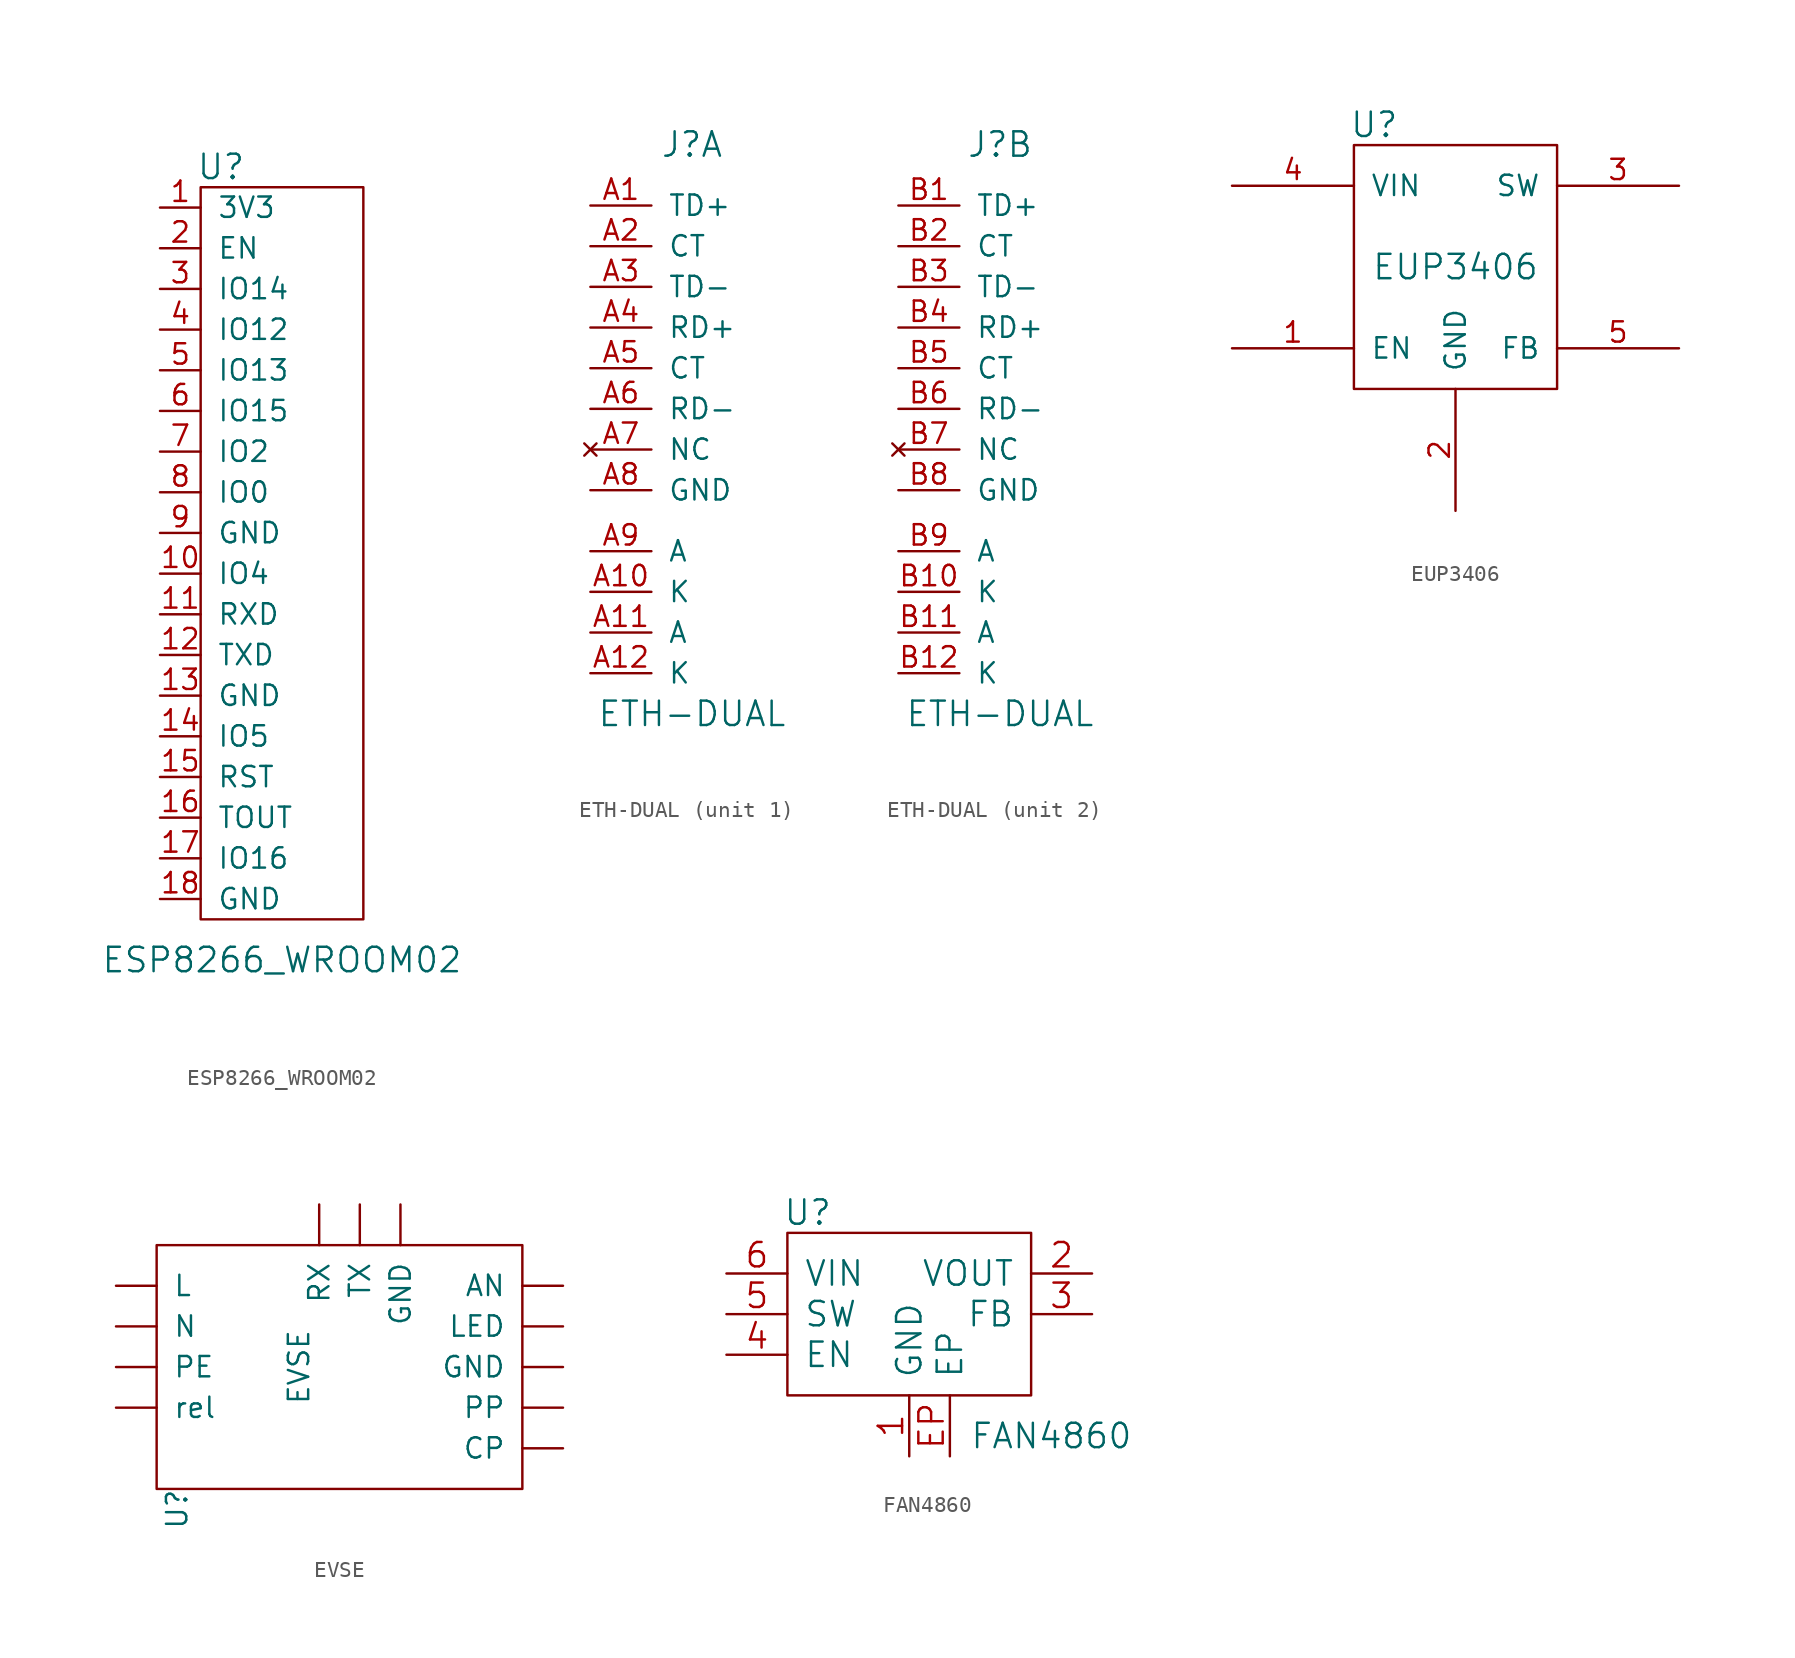
<source format=kicad_sym>
(kicad_symbol_lib
  (version 20211014)
  (generator kicad_symbol_editor)
  (symbol "ESP8266_WROOM02"
    (pin_names
      (offset 1.016))
    (property "Reference" "U"
      (at 0 24.13 0)
      (effects (font (size 1.524 1.524))))
    (property "Value" "ESP8266_WROOM02"
      (at 3.81 -25.4 0)
      (effects (font (size 1.524 1.524))))
    (property "Footprint" ""
      (at 0 -1.27 0)
      (effects (font (size 1.524 1.524))))
    (property "Datasheet" ""
      (at 0 -1.27 0)
      (effects (font (size 1.524 1.524))))
    (symbol "ESP8266_WROOM02_0_1"
      (rectangle (start -1.27 22.86) (end 8.89 -22.86) (stroke (width 0) (type default) (color 0 0 0 0)) (fill (type none))))
    (symbol "ESP8266_WROOM02_1_1"
      (pin passive line (at -3.81 21.59 0) (length 2.54) (name "3V3" (effects (font (size 1.27 1.27)))) (number "1" (effects (font (size 1.27 1.27)))))
      (pin passive line (at -3.81 -1.27 0) (length 2.54) (name "IO4" (effects (font (size 1.27 1.27)))) (number "10" (effects (font (size 1.27 1.27)))))
      (pin passive line (at -3.81 -3.81 0) (length 2.54) (name "RXD" (effects (font (size 1.27 1.27)))) (number "11" (effects (font (size 1.27 1.27)))))
      (pin passive line (at -3.81 -6.35 0) (length 2.54) (name "TXD" (effects (font (size 1.27 1.27)))) (number "12" (effects (font (size 1.27 1.27)))))
      (pin passive line (at -3.81 -8.89 0) (length 2.54) (name "GND" (effects (font (size 1.27 1.27)))) (number "13" (effects (font (size 1.27 1.27)))))
      (pin passive line (at -3.81 -11.43 0) (length 2.54) (name "IO5" (effects (font (size 1.27 1.27)))) (number "14" (effects (font (size 1.27 1.27)))))
      (pin passive line (at -3.81 -13.97 0) (length 2.54) (name "RST" (effects (font (size 1.27 1.27)))) (number "15" (effects (font (size 1.27 1.27)))))
      (pin passive line (at -3.81 -16.51 0) (length 2.54) (name "TOUT" (effects (font (size 1.27 1.27)))) (number "16" (effects (font (size 1.27 1.27)))))
      (pin passive line (at -3.81 -19.05 0) (length 2.54) (name "IO16" (effects (font (size 1.27 1.27)))) (number "17" (effects (font (size 1.27 1.27)))))
      (pin passive line (at -3.81 -21.59 0) (length 2.54) (name "GND" (effects (font (size 1.27 1.27)))) (number "18" (effects (font (size 1.27 1.27)))))
      (pin passive line (at -3.81 19.05 0) (length 2.54) (name "EN" (effects (font (size 1.27 1.27)))) (number "2" (effects (font (size 1.27 1.27)))))
      (pin passive line (at -3.81 16.51 0) (length 2.54) (name "IO14" (effects (font (size 1.27 1.27)))) (number "3" (effects (font (size 1.27 1.27)))))
      (pin passive line (at -3.81 13.97 0) (length 2.54) (name "IO12" (effects (font (size 1.27 1.27)))) (number "4" (effects (font (size 1.27 1.27)))))
      (pin passive line (at -3.81 11.43 0) (length 2.54) (name "IO13" (effects (font (size 1.27 1.27)))) (number "5" (effects (font (size 1.27 1.27)))))
      (pin passive line (at -3.81 8.89 0) (length 2.54) (name "IO15" (effects (font (size 1.27 1.27)))) (number "6" (effects (font (size 1.27 1.27)))))
      (pin passive line (at -3.81 6.35 0) (length 2.54) (name "IO2" (effects (font (size 1.27 1.27)))) (number "7" (effects (font (size 1.27 1.27)))))
      (pin passive line (at -3.81 3.81 0) (length 2.54) (name "IO0" (effects (font (size 1.27 1.27)))) (number "8" (effects (font (size 1.27 1.27)))))
      (pin passive line (at -3.81 1.27 0) (length 2.54) (name "GND" (effects (font (size 1.27 1.27)))) (number "9" (effects (font (size 1.27 1.27)))))))
  (symbol "ETH-DUAL"
    (pin_names
      (offset 1.016))
    (property "Reference" "J"
      (at 2.54 12.7 0)
      (effects (font (size 1.524 1.524))))
    (property "Value" "ETH-DUAL"
      (at 2.54 -22.86 0)
      (effects (font (size 1.524 1.524))))
    (property "Footprint" ""
      (at 0 0 0)
      (effects (font (size 1.524 1.524))))
    (property "Datasheet" ""
      (at 0 0 0)
      (effects (font (size 1.524 1.524))))
    (symbol "ETH-DUAL_1_1"
      (pin passive line (at -3.81 8.89 0) (length 3.81) (name "TD+" (effects (font (size 1.27 1.27)))) (number "A1" (effects (font (size 1.27 1.27)))))
      (pin passive line (at -3.81 -15.24 0) (length 3.81) (name "K" (effects (font (size 1.27 1.27)))) (number "A10" (effects (font (size 1.27 1.27)))))
      (pin passive line (at -3.81 -17.78 0) (length 3.81) (name "A" (effects (font (size 1.27 1.27)))) (number "A11" (effects (font (size 1.27 1.27)))))
      (pin passive line (at -3.81 -20.32 0) (length 3.81) (name "K" (effects (font (size 1.27 1.27)))) (number "A12" (effects (font (size 1.27 1.27)))))
      (pin passive line (at -3.81 6.35 0) (length 3.81) (name "CT" (effects (font (size 1.27 1.27)))) (number "A2" (effects (font (size 1.27 1.27)))))
      (pin passive line (at -3.81 3.81 0) (length 3.81) (name "TD-" (effects (font (size 1.27 1.27)))) (number "A3" (effects (font (size 1.27 1.27)))))
      (pin passive line (at -3.81 1.27 0) (length 3.81) (name "RD+" (effects (font (size 1.27 1.27)))) (number "A4" (effects (font (size 1.27 1.27)))))
      (pin passive line (at -3.81 -1.27 0) (length 3.81) (name "CT" (effects (font (size 1.27 1.27)))) (number "A5" (effects (font (size 1.27 1.27)))))
      (pin passive line (at -3.81 -3.81 0) (length 3.81) (name "RD-" (effects (font (size 1.27 1.27)))) (number "A6" (effects (font (size 1.27 1.27)))))
      (pin no_connect line (at -3.81 -6.35 0) (length 3.81) (name "NC" (effects (font (size 1.27 1.27)))) (number "A7" (effects (font (size 1.27 1.27)))))
      (pin passive line (at -3.81 -8.89 0) (length 3.81) (name "GND" (effects (font (size 1.27 1.27)))) (number "A8" (effects (font (size 1.27 1.27)))))
      (pin passive line (at -3.81 -12.7 0) (length 3.81) (name "A" (effects (font (size 1.27 1.27)))) (number "A9" (effects (font (size 1.27 1.27))))))
    (symbol "ETH-DUAL_2_1"
      (pin passive line (at -3.81 8.89 0) (length 3.81) (name "TD+" (effects (font (size 1.27 1.27)))) (number "B1" (effects (font (size 1.27 1.27)))))
      (pin passive line (at -3.81 -15.24 0) (length 3.81) (name "K" (effects (font (size 1.27 1.27)))) (number "B10" (effects (font (size 1.27 1.27)))))
      (pin passive line (at -3.81 -17.78 0) (length 3.81) (name "A" (effects (font (size 1.27 1.27)))) (number "B11" (effects (font (size 1.27 1.27)))))
      (pin passive line (at -3.81 -20.32 0) (length 3.81) (name "K" (effects (font (size 1.27 1.27)))) (number "B12" (effects (font (size 1.27 1.27)))))
      (pin passive line (at -3.81 6.35 0) (length 3.81) (name "CT" (effects (font (size 1.27 1.27)))) (number "B2" (effects (font (size 1.27 1.27)))))
      (pin passive line (at -3.81 3.81 0) (length 3.81) (name "TD-" (effects (font (size 1.27 1.27)))) (number "B3" (effects (font (size 1.27 1.27)))))
      (pin passive line (at -3.81 1.27 0) (length 3.81) (name "RD+" (effects (font (size 1.27 1.27)))) (number "B4" (effects (font (size 1.27 1.27)))))
      (pin passive line (at -3.81 -1.27 0) (length 3.81) (name "CT" (effects (font (size 1.27 1.27)))) (number "B5" (effects (font (size 1.27 1.27)))))
      (pin passive line (at -3.81 -3.81 0) (length 3.81) (name "RD-" (effects (font (size 1.27 1.27)))) (number "B6" (effects (font (size 1.27 1.27)))))
      (pin no_connect line (at -3.81 -6.35 0) (length 3.81) (name "NC" (effects (font (size 1.27 1.27)))) (number "B7" (effects (font (size 1.27 1.27)))))
      (pin passive line (at -3.81 -8.89 0) (length 3.81) (name "GND" (effects (font (size 1.27 1.27)))) (number "B8" (effects (font (size 1.27 1.27)))))
      (pin passive line (at -3.81 -12.7 0) (length 3.81) (name "A" (effects (font (size 1.27 1.27)))) (number "B9" (effects (font (size 1.27 1.27)))))))
  (symbol "EUP3406"
    (pin_names
      (offset 1.016))
    (property "Reference" "U"
      (at -5.08 8.89 0)
      (effects (font (size 1.524 1.524))))
    (property "Value" "EUP3406"
      (at 0 0 0)
      (effects (font (size 1.524 1.524))))
    (property "Footprint" ""
      (at 0 0 0)
      (effects (font (size 1.524 1.524))))
    (property "Datasheet" ""
      (at 0 0 0)
      (effects (font (size 1.524 1.524))))
    (symbol "EUP3406_0_1"
      (rectangle (start -6.35 7.62) (end 6.35 -7.62) (stroke (width 0) (type default) (color 0 0 0 0)) (fill (type none))))
    (symbol "EUP3406_1_1"
      (pin input line (at -13.97 -5.08 0) (length 7.62) (name "EN" (effects (font (size 1.27 1.27)))) (number "1" (effects (font (size 1.27 1.27)))))
      (pin power_in line (at 0 -15.24 90) (length 7.62) (name "GND" (effects (font (size 1.27 1.27)))) (number "2" (effects (font (size 1.27 1.27)))))
      (pin power_out line (at 13.97 5.08 180) (length 7.62) (name "SW" (effects (font (size 1.27 1.27)))) (number "3" (effects (font (size 1.27 1.27)))))
      (pin power_in line (at -13.97 5.08 0) (length 7.62) (name "VIN" (effects (font (size 1.27 1.27)))) (number "4" (effects (font (size 1.27 1.27)))))
      (pin input line (at 13.97 -5.08 180) (length 7.62) (name "FB" (effects (font (size 1.27 1.27)))) (number "5" (effects (font (size 1.27 1.27)))))))
  (symbol "EVSE"
    (pin_names
      (offset 1.016))
    (property "Reference" "U"
      (at -8.89 -16.51 90)
      (effects (font (size 1.27 1.27))))
    (property "Value" "EVSE"
      (at -1.27 -7.62 90)
      (effects (font (size 1.27 1.27))))
    (symbol "EVSE_0_1"
      (rectangle (start -10.16 0) (end 12.7 -15.24) (stroke (width 0) (type default) (color 0 0 0 0)) (fill (type none))))
    (symbol "EVSE_1_1"
      (pin output line (at 15.24 -2.54 180) (length 2.54) (name "AN" (effects (font (size 1.27 1.27)))) (number "~" (effects (font (size 1.27 1.27)))))
      (pin output line (at 15.24 -12.7 180) (length 2.54) (name "CP" (effects (font (size 1.27 1.27)))) (number "~" (effects (font (size 1.27 1.27)))))
      (pin output line (at 5.08 2.54 270) (length 2.54) (name "GND" (effects (font (size 1.27 1.27)))) (number "~" (effects (font (size 1.27 1.27)))))
      (pin output line (at 15.24 -7.62 180) (length 2.54) (name "GND" (effects (font (size 1.27 1.27)))) (number "~" (effects (font (size 1.27 1.27)))))
      (pin output line (at -12.7 -2.54 0) (length 2.54) (name "L" (effects (font (size 1.27 1.27)))) (number "~" (effects (font (size 1.27 1.27)))))
      (pin output line (at 15.24 -5.08 180) (length 2.54) (name "LED" (effects (font (size 1.27 1.27)))) (number "~" (effects (font (size 1.27 1.27)))))
      (pin output line (at -12.7 -5.08 0) (length 2.54) (name "N" (effects (font (size 1.27 1.27)))) (number "~" (effects (font (size 1.27 1.27)))))
      (pin output line (at -12.7 -7.62 0) (length 2.54) (name "PE" (effects (font (size 1.27 1.27)))) (number "~" (effects (font (size 1.27 1.27)))))
      (pin output line (at 15.24 -10.16 180) (length 2.54) (name "PP" (effects (font (size 1.27 1.27)))) (number "~" (effects (font (size 1.27 1.27)))))
      (pin output line (at 0 2.54 270) (length 2.54) (name "RX" (effects (font (size 1.27 1.27)))) (number "~" (effects (font (size 1.27 1.27)))))
      (pin output line (at 2.54 2.54 270) (length 2.54) (name "TX" (effects (font (size 1.27 1.27)))) (number "~" (effects (font (size 1.27 1.27)))))
      (pin output line (at -12.7 -10.16 0) (length 2.54) (name "rel" (effects (font (size 1.27 1.27)))) (number "~" (effects (font (size 1.27 1.27)))))))
  (symbol "FAN4860"
    (pin_names
      (offset 1.016))
    (property "Reference" "U"
      (at -6.35 6.35 0)
      (effects (font (size 1.524 1.524))))
    (property "Value" "FAN4860"
      (at 8.89 -7.62 0)
      (effects (font (size 1.524 1.524))))
    (property "Footprint" ""
      (at 0 0 0)
      (effects (font (size 1.524 1.524))))
    (property "Datasheet" ""
      (at 0 0 0)
      (effects (font (size 1.524 1.524))))
    (symbol "FAN4860_0_1"
      (rectangle (start -7.62 5.08) (end 7.62 -5.08) (stroke (width 0) (type default) (color 0 0 0 0)) (fill (type none))))
    (symbol "FAN4860_1_1"
      (pin passive line (at 0 -8.89 90) (length 3.81) (name "GND" (effects (font (size 1.524 1.524)))) (number "1" (effects (font (size 1.524 1.524)))))
      (pin passive line (at 11.43 2.54 180) (length 3.81) (name "VOUT" (effects (font (size 1.524 1.524)))) (number "2" (effects (font (size 1.524 1.524)))))
      (pin passive line (at 11.43 0 180) (length 3.81) (name "FB" (effects (font (size 1.524 1.524)))) (number "3" (effects (font (size 1.524 1.524)))))
      (pin passive line (at -11.43 -2.54 0) (length 3.81) (name "EN" (effects (font (size 1.524 1.524)))) (number "4" (effects (font (size 1.524 1.524)))))
      (pin passive line (at -11.43 0 0) (length 3.81) (name "SW" (effects (font (size 1.524 1.524)))) (number "5" (effects (font (size 1.524 1.524)))))
      (pin passive line (at -11.43 2.54 0) (length 3.81) (name "VIN" (effects (font (size 1.524 1.524)))) (number "6" (effects (font (size 1.524 1.524)))))
      (pin passive line (at 2.54 -8.89 90) (length 3.81) (name "EP" (effects (font (size 1.524 1.524)))) (number "EP" (effects (font (size 1.524 1.524))))))))
</source>
